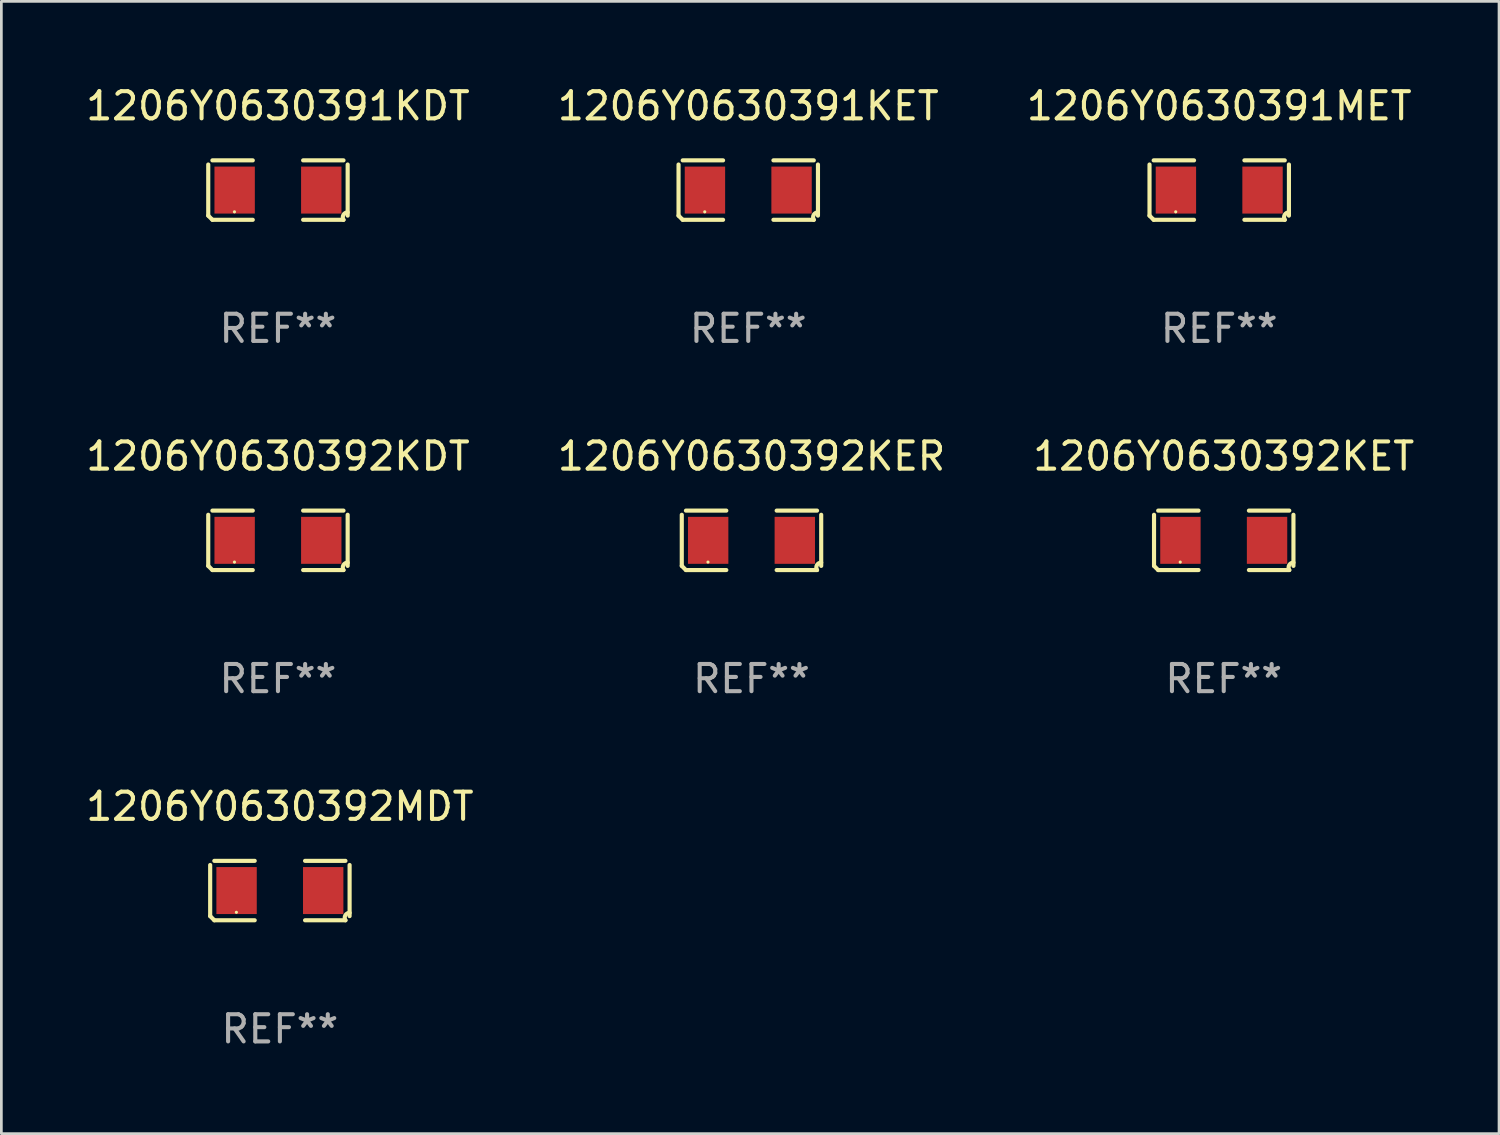
<source format=kicad_pcb>
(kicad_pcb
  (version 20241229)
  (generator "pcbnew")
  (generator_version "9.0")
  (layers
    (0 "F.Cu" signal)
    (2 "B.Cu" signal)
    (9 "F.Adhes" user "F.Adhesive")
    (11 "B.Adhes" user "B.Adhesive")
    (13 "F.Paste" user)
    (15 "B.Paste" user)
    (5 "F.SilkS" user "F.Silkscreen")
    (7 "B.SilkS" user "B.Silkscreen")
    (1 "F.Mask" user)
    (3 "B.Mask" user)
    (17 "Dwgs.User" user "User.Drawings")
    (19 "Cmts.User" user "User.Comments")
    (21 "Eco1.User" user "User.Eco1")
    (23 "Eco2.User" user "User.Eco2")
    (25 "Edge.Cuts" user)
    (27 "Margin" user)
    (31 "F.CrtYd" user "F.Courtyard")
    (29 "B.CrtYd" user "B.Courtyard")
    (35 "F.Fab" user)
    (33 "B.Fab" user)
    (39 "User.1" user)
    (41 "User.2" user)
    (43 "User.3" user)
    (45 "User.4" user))
  (footprint "1206Y0630391MET"
    (layer "F.Cu")
    (at 41.792 3.941)
    (property "Reference" "1206Y0630391MET" (at 0 -3.093 0) (layer "F.SilkS") (effects (font (size 1 1) (thickness 0.15))))
    (attr through_hole)
    (fp_line (start -2.564 0.94) (end -2.564 -0.94) (stroke (width 0.152) (type solid)) (layer "F.SilkS"))
    (fp_line (start -2.411 -1.093) (end -0.926 -1.093) (stroke (width 0.152) (type solid)) (layer "F.SilkS"))
    (fp_line (start -0.926 1.093) (end -2.411 1.093) (stroke (width 0.152) (type solid)) (layer "F.SilkS"))
    (fp_line (start 0.926 1.093) (end 2.411 1.093) (stroke (width 0.152) (type solid)) (layer "F.SilkS"))
    (fp_line (start 2.411 -1.093) (end 0.926 -1.093) (stroke (width 0.152) (type solid)) (layer "F.SilkS"))
    (fp_line (start 2.564 0.94) (end 2.564 -0.94) (stroke (width 0.152) (type solid)) (layer "F.SilkS"))
    (fp_arc (start -2.411201 1.092609) (mid -2.487413 1.01642) (end -2.563602 0.940208) (stroke (width 0.1524) (type solid)) (layer "F.SilkS"))
    (fp_arc (start 2.411201 1.092609) (mid 2.407159 0.911226) (end 2.563602 0.819347) (stroke (width 0.1524) (type solid)) (layer "F.SilkS"))
    (fp_circle (center -1.6 0.8) (end -1.57 0.8) (stroke (width 0.06) (type solid)) (fill no) (layer "F.SilkS"))
    (fp_text user "REF**" (at 0 5.093 0) (layer "F.Fab") (effects (font (size 1 1) (thickness 0.15))))
    (pad "1" smd rect (at -1.593 0) (size 1.485 1.728) (layers "F.Cu" "F.Mask" "F.Paste"))
    (pad "2" smd rect (at 1.593 0) (size 1.485 1.728) (layers "F.Cu" "F.Mask" "F.Paste")))
  (footprint "1206Y0630392KET"
    (layer "F.Cu")
    (at 41.958 16.823)
    (property "Reference" "1206Y0630392KET" (at 0 -3.093 0) (layer "F.SilkS") (effects (font (size 1 1) (thickness 0.15))))
    (attr through_hole)
    (fp_line (start -2.564 0.94) (end -2.564 -0.94) (stroke (width 0.152) (type solid)) (layer "F.SilkS"))
    (fp_line (start -2.411 -1.093) (end -0.926 -1.093) (stroke (width 0.152) (type solid)) (layer "F.SilkS"))
    (fp_line (start -0.926 1.093) (end -2.411 1.093) (stroke (width 0.152) (type solid)) (layer "F.SilkS"))
    (fp_line (start 0.926 1.093) (end 2.411 1.093) (stroke (width 0.152) (type solid)) (layer "F.SilkS"))
    (fp_line (start 2.411 -1.093) (end 0.926 -1.093) (stroke (width 0.152) (type solid)) (layer "F.SilkS"))
    (fp_line (start 2.564 0.94) (end 2.564 -0.94) (stroke (width 0.152) (type solid)) (layer "F.SilkS"))
    (fp_arc (start -2.411201 1.092609) (mid -2.487413 1.01642) (end -2.563602 0.940208) (stroke (width 0.1524) (type solid)) (layer "F.SilkS"))
    (fp_arc (start 2.411201 1.092609) (mid 2.407159 0.911226) (end 2.563602 0.819347) (stroke (width 0.1524) (type solid)) (layer "F.SilkS"))
    (fp_circle (center -1.6 0.8) (end -1.57 0.8) (stroke (width 0.06) (type solid)) (fill no) (layer "F.SilkS"))
    (fp_text user "REF**" (at 0 5.093 0) (layer "F.Fab") (effects (font (size 1 1) (thickness 0.15))))
    (pad "1" smd rect (at -1.593 0) (size 1.485 1.728) (layers "F.Cu" "F.Mask" "F.Paste"))
    (pad "2" smd rect (at 1.593 0) (size 1.485 1.728) (layers "F.Cu" "F.Mask" "F.Paste")))
  (footprint "1206Y0630391KET"
    (layer "F.Cu")
    (at 24.47 3.941)
    (property "Reference" "1206Y0630391KET" (at 0 -3.093 0) (layer "F.SilkS") (effects (font (size 1 1) (thickness 0.15))))
    (attr through_hole)
    (fp_line (start -2.564 0.94) (end -2.564 -0.94) (stroke (width 0.152) (type solid)) (layer "F.SilkS"))
    (fp_line (start -2.411 -1.093) (end -0.926 -1.093) (stroke (width 0.152) (type solid)) (layer "F.SilkS"))
    (fp_line (start -0.926 1.093) (end -2.411 1.093) (stroke (width 0.152) (type solid)) (layer "F.SilkS"))
    (fp_line (start 0.926 1.093) (end 2.411 1.093) (stroke (width 0.152) (type solid)) (layer "F.SilkS"))
    (fp_line (start 2.411 -1.093) (end 0.926 -1.093) (stroke (width 0.152) (type solid)) (layer "F.SilkS"))
    (fp_line (start 2.564 0.94) (end 2.564 -0.94) (stroke (width 0.152) (type solid)) (layer "F.SilkS"))
    (fp_arc (start -2.411201 1.092609) (mid -2.487413 1.01642) (end -2.563602 0.940208) (stroke (width 0.1524) (type solid)) (layer "F.SilkS"))
    (fp_arc (start 2.411201 1.092609) (mid 2.407159 0.911226) (end 2.563602 0.819347) (stroke (width 0.1524) (type solid)) (layer "F.SilkS"))
    (fp_circle (center -1.6 0.8) (end -1.57 0.8) (stroke (width 0.06) (type solid)) (fill no) (layer "F.SilkS"))
    (fp_text user "REF**" (at 0 5.093 0) (layer "F.Fab") (effects (font (size 1 1) (thickness 0.15))))
    (pad "1" smd rect (at -1.593 0) (size 1.485 1.728) (layers "F.Cu" "F.Mask" "F.Paste"))
    (pad "2" smd rect (at 1.593 0) (size 1.485 1.728) (layers "F.Cu" "F.Mask" "F.Paste")))
  (footprint "1206Y0630392MDT"
    (layer "F.Cu")
    (at 7.244 29.704)
    (property "Reference" "1206Y0630392MDT" (at 0 -3.093 0) (layer "F.SilkS") (effects (font (size 1 1) (thickness 0.15))))
    (attr through_hole)
    (fp_line (start -2.564 0.94) (end -2.564 -0.94) (stroke (width 0.152) (type solid)) (layer "F.SilkS"))
    (fp_line (start -2.411 -1.093) (end -0.926 -1.093) (stroke (width 0.152) (type solid)) (layer "F.SilkS"))
    (fp_line (start -0.926 1.093) (end -2.411 1.093) (stroke (width 0.152) (type solid)) (layer "F.SilkS"))
    (fp_line (start 0.926 1.093) (end 2.411 1.093) (stroke (width 0.152) (type solid)) (layer "F.SilkS"))
    (fp_line (start 2.411 -1.093) (end 0.926 -1.093) (stroke (width 0.152) (type solid)) (layer "F.SilkS"))
    (fp_line (start 2.564 0.94) (end 2.564 -0.94) (stroke (width 0.152) (type solid)) (layer "F.SilkS"))
    (fp_arc (start -2.411201 1.092609) (mid -2.487413 1.01642) (end -2.563602 0.940208) (stroke (width 0.1524) (type solid)) (layer "F.SilkS"))
    (fp_arc (start 2.411201 1.092609) (mid 2.407159 0.911226) (end 2.563602 0.819347) (stroke (width 0.1524) (type solid)) (layer "F.SilkS"))
    (fp_circle (center -1.6 0.8) (end -1.57 0.8) (stroke (width 0.06) (type solid)) (fill no) (layer "F.SilkS"))
    (fp_text user "REF**" (at 0 5.093 0) (layer "F.Fab") (effects (font (size 1 1) (thickness 0.15))))
    (pad "1" smd rect (at -1.593 0) (size 1.485 1.728) (layers "F.Cu" "F.Mask" "F.Paste"))
    (pad "2" smd rect (at 1.593 0) (size 1.485 1.728) (layers "F.Cu" "F.Mask" "F.Paste")))
  (footprint "1206Y0630391KDT"
    (layer "F.Cu")
    (at 7.173 3.941)
    (property "Reference" "1206Y0630391KDT" (at 0 -3.093 0) (layer "F.SilkS") (effects (font (size 1 1) (thickness 0.15))))
    (attr through_hole)
    (fp_line (start -2.564 0.94) (end -2.564 -0.94) (stroke (width 0.152) (type solid)) (layer "F.SilkS"))
    (fp_line (start -2.411 -1.093) (end -0.926 -1.093) (stroke (width 0.152) (type solid)) (layer "F.SilkS"))
    (fp_line (start -0.926 1.093) (end -2.411 1.093) (stroke (width 0.152) (type solid)) (layer "F.SilkS"))
    (fp_line (start 0.926 1.093) (end 2.411 1.093) (stroke (width 0.152) (type solid)) (layer "F.SilkS"))
    (fp_line (start 2.411 -1.093) (end 0.926 -1.093) (stroke (width 0.152) (type solid)) (layer "F.SilkS"))
    (fp_line (start 2.564 0.94) (end 2.564 -0.94) (stroke (width 0.152) (type solid)) (layer "F.SilkS"))
    (fp_arc (start -2.411201 1.092609) (mid -2.487413 1.01642) (end -2.563602 0.940208) (stroke (width 0.1524) (type solid)) (layer "F.SilkS"))
    (fp_arc (start 2.411201 1.092609) (mid 2.407159 0.911226) (end 2.563602 0.819347) (stroke (width 0.1524) (type solid)) (layer "F.SilkS"))
    (fp_circle (center -1.6 0.8) (end -1.57 0.8) (stroke (width 0.06) (type solid)) (fill no) (layer "F.SilkS"))
    (fp_text user "REF**" (at 0 5.093 0) (layer "F.Fab") (effects (font (size 1 1) (thickness 0.15))))
    (pad "1" smd rect (at -1.593 0) (size 1.485 1.728) (layers "F.Cu" "F.Mask" "F.Paste"))
    (pad "2" smd rect (at 1.593 0) (size 1.485 1.728) (layers "F.Cu" "F.Mask" "F.Paste")))
  (footprint "1206Y0630392KDT"
    (layer "F.Cu")
    (at 7.173 16.823)
    (property "Reference" "1206Y0630392KDT" (at 0 -3.093 0) (layer "F.SilkS") (effects (font (size 1 1) (thickness 0.15))))
    (attr through_hole)
    (fp_line (start -2.564 0.94) (end -2.564 -0.94) (stroke (width 0.152) (type solid)) (layer "F.SilkS"))
    (fp_line (start -2.411 -1.093) (end -0.926 -1.093) (stroke (width 0.152) (type solid)) (layer "F.SilkS"))
    (fp_line (start -0.926 1.093) (end -2.411 1.093) (stroke (width 0.152) (type solid)) (layer "F.SilkS"))
    (fp_line (start 0.926 1.093) (end 2.411 1.093) (stroke (width 0.152) (type solid)) (layer "F.SilkS"))
    (fp_line (start 2.411 -1.093) (end 0.926 -1.093) (stroke (width 0.152) (type solid)) (layer "F.SilkS"))
    (fp_line (start 2.564 0.94) (end 2.564 -0.94) (stroke (width 0.152) (type solid)) (layer "F.SilkS"))
    (fp_arc (start -2.411201 1.092609) (mid -2.487413 1.01642) (end -2.563602 0.940208) (stroke (width 0.1524) (type solid)) (layer "F.SilkS"))
    (fp_arc (start 2.411201 1.092609) (mid 2.407159 0.911226) (end 2.563602 0.819347) (stroke (width 0.1524) (type solid)) (layer "F.SilkS"))
    (fp_circle (center -1.6 0.8) (end -1.57 0.8) (stroke (width 0.06) (type solid)) (fill no) (layer "F.SilkS"))
    (fp_text user "REF**" (at 0 5.093 0) (layer "F.Fab") (effects (font (size 1 1) (thickness 0.15))))
    (pad "1" smd rect (at -1.593 0) (size 1.485 1.728) (layers "F.Cu" "F.Mask" "F.Paste"))
    (pad "2" smd rect (at 1.593 0) (size 1.485 1.728) (layers "F.Cu" "F.Mask" "F.Paste")))
  (footprint "1206Y0630392KER"
    (layer "F.Cu")
    (at 24.589 16.823)
    (property "Reference" "1206Y0630392KER" (at 0 -3.093 0) (layer "F.SilkS") (effects (font (size 1 1) (thickness 0.15))))
    (attr through_hole)
    (fp_line (start -2.564 0.94) (end -2.564 -0.94) (stroke (width 0.152) (type solid)) (layer "F.SilkS"))
    (fp_line (start -2.411 -1.093) (end -0.926 -1.093) (stroke (width 0.152) (type solid)) (layer "F.SilkS"))
    (fp_line (start -0.926 1.093) (end -2.411 1.093) (stroke (width 0.152) (type solid)) (layer "F.SilkS"))
    (fp_line (start 0.926 1.093) (end 2.411 1.093) (stroke (width 0.152) (type solid)) (layer "F.SilkS"))
    (fp_line (start 2.411 -1.093) (end 0.926 -1.093) (stroke (width 0.152) (type solid)) (layer "F.SilkS"))
    (fp_line (start 2.564 0.94) (end 2.564 -0.94) (stroke (width 0.152) (type solid)) (layer "F.SilkS"))
    (fp_arc (start -2.411201 1.092609) (mid -2.487413 1.01642) (end -2.563602 0.940208) (stroke (width 0.1524) (type solid)) (layer "F.SilkS"))
    (fp_arc (start 2.411201 1.092609) (mid 2.407159 0.911226) (end 2.563602 0.819347) (stroke (width 0.1524) (type solid)) (layer "F.SilkS"))
    (fp_circle (center -1.6 0.8) (end -1.57 0.8) (stroke (width 0.06) (type solid)) (fill no) (layer "F.SilkS"))
    (fp_text user "REF**" (at 0 5.093 0) (layer "F.Fab") (effects (font (size 1 1) (thickness 0.15))))
    (pad "1" smd rect (at -1.593 0) (size 1.485 1.728) (layers "F.Cu" "F.Mask" "F.Paste"))
    (pad "2" smd rect (at 1.593 0) (size 1.485 1.728) (layers "F.Cu" "F.Mask" "F.Paste")))
  (gr_rect
    (start -3 -3)
    (end 52.083 38.645)
    (stroke (width 0.1) (type default))
    (fill no)
    (layer "Edge.Cuts")))
</source>
